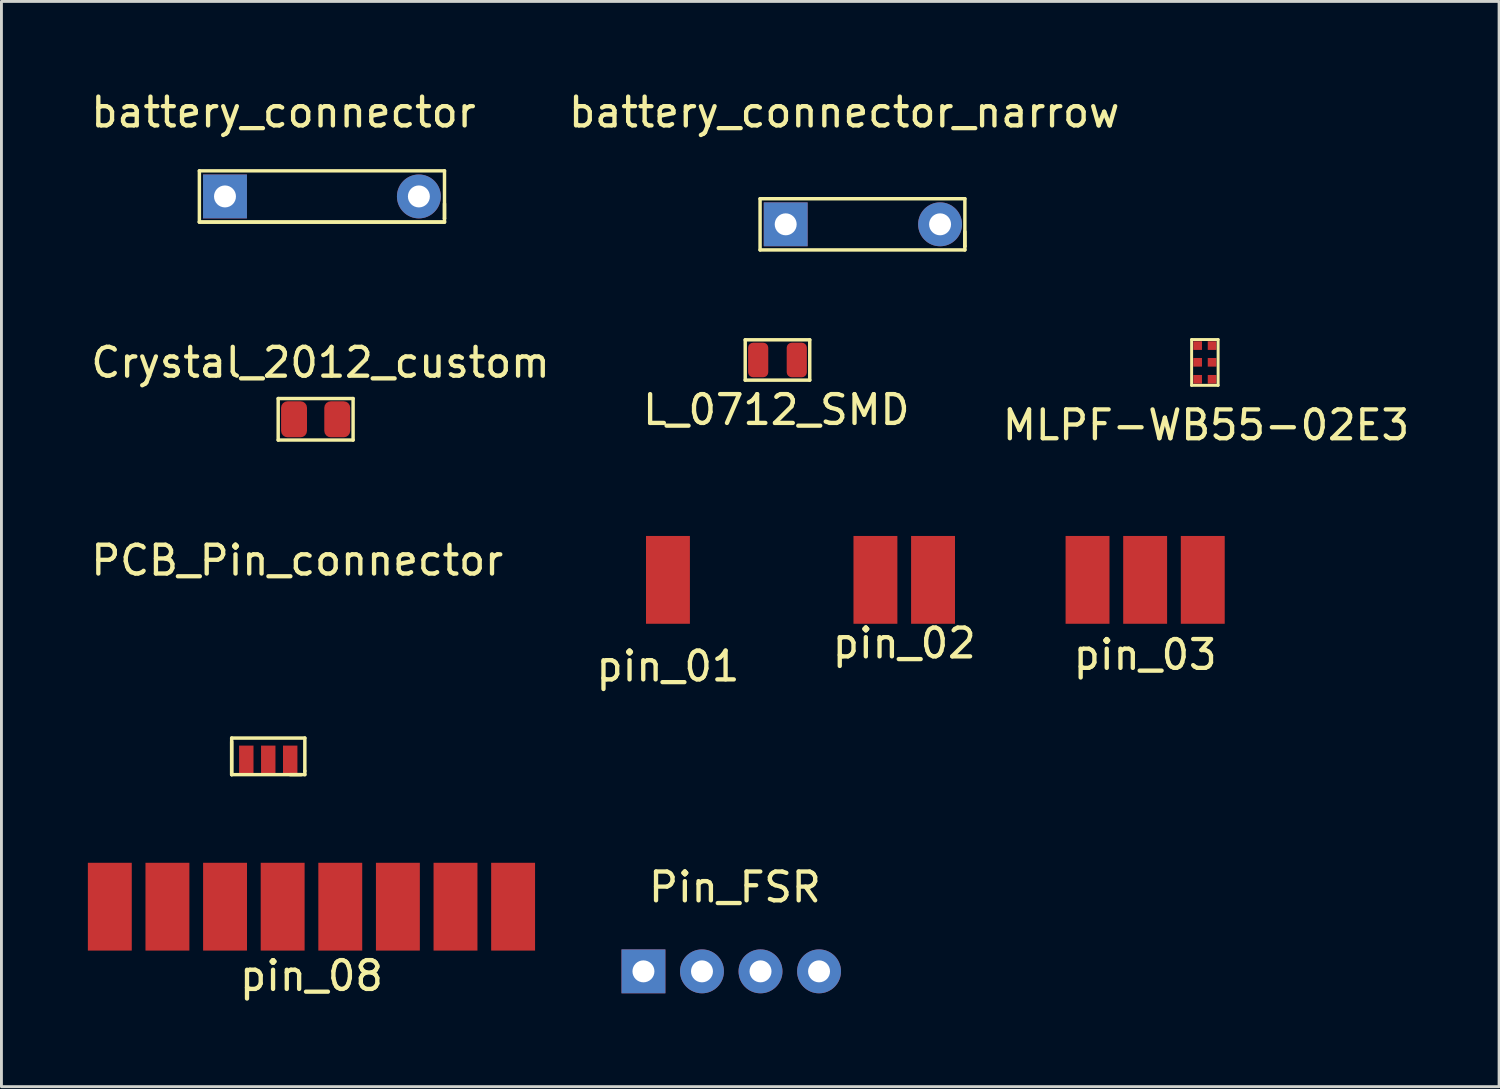
<source format=kicad_pcb>
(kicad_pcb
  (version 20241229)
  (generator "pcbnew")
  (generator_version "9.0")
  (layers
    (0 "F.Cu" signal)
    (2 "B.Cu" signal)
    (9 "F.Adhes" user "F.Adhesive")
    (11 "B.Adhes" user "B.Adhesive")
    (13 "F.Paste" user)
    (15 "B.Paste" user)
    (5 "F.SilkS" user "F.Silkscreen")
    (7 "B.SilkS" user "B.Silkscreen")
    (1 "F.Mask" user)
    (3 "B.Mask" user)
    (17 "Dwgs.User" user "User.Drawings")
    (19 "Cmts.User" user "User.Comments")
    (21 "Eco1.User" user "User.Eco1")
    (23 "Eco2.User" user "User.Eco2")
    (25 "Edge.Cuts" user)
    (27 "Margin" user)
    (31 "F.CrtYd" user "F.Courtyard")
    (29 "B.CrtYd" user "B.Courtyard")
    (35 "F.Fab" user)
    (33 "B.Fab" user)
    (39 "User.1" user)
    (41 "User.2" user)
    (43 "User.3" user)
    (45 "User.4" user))
  (footprint "L_0712_SMD"
    (layer "F.Cu")
    (at 23.939 9.446)
    (property "Reference" "L_0712_SMD" (at -0.04 1.73 0) (layer "F.SilkS") (effects (font (size 1 1) (thickness 0.15))))
    (attr through_hole)
    (fp_line (start -1.12 -0.7) (end -1.12 0.7) (stroke (width 0.12) (type solid)) (layer "F.SilkS"))
    (fp_line (start -1.12 0.7) (end 1.12 0.7) (stroke (width 0.12) (type solid)) (layer "F.SilkS"))
    (fp_line (start 1.12 -0.7) (end -1.12 -0.7) (stroke (width 0.12) (type solid)) (layer "F.SilkS"))
    (fp_line (start 1.12 0.7) (end 1.12 -0.7) (stroke (width 0.12) (type solid)) (layer "F.SilkS"))
    (pad "1" smd roundrect (at -0.67 0) (size 0.7 1.2) (layers "F.Cu" "F.Mask" "F.Paste") (roundrect_rratio 0.25))
    (pad "2" smd roundrect (at 0.67 0) (size 0.7 1.2) (layers "F.Cu" "F.Mask" "F.Paste") (roundrect_rratio 0.25)))
  (footprint "pin_01"
    (layer "F.Cu")
    (at 20.137 17.079)
    (property "Reference" "pin_01" (at 0 3 0) (layer "F.SilkS") (effects (font (size 1 1) (thickness 0.15))))
    (attr through_hole)
    (pad "1" connect rect (at 0 0) (size 1.524 3.048) (layers "F.Cu" "F.Mask")))
  (footprint "pin_03"
    (layer "F.Cu")
    (at 36.702 17.079)
    (property "Reference" "pin_03" (at 0 2.6 0) (layer "F.SilkS") (effects (font (size 1 1) (thickness 0.15))))
    (attr through_hole)
    (pad "1" connect rect (at -2 0) (size 1.524 3.048) (layers "F.Cu" "F.Mask"))
    (pad "2" connect rect (at 0 0) (size 1.524 3.048) (layers "F.Cu" "F.Mask"))
    (pad "3" connect rect (at 2 0) (size 1.524 3.048) (layers "F.Cu" "F.Mask")))
  (footprint "battery_connector"
    (layer "F.Cu")
    (at 6.919 2.88)
    (property "Reference" "battery_connector" (at -0.127 -2.032 0) (layer "F.SilkS") (effects (font (size 1 1) (thickness 0.15))))
    (attr through_hole)
    (fp_line (start -3.048 0) (end -3.048 1.778) (stroke (width 0.12) (type solid)) (layer "F.SilkS"))
    (fp_line (start -3.048 0) (end 5.461 0) (stroke (width 0.12) (type solid)) (layer "F.SilkS"))
    (fp_line (start -3.048 1.778) (end 5.461 1.778) (stroke (width 0.12) (type solid)) (layer "F.SilkS"))
    (fp_line (start 5.461 0) (end 5.461 1.651) (stroke (width 0.12) (type solid)) (layer "F.SilkS"))
    (fp_line (start 5.461 1.651) (end 5.461 1.143) (stroke (width 0.12) (type solid)) (layer "F.SilkS"))
    (fp_line (start 5.461 1.778) (end -3.048 1.778) (stroke (width 0.12) (type solid)) (layer "F.SilkS"))
    (fp_line (start 5.461 1.778) (end 5.461 1.651) (stroke (width 0.12) (type solid)) (layer "F.SilkS"))
    (pad "1" thru_hole rect (at -2.159 0.889) (size 1.524 1.524) (drill 0.762) (layers "*.Cu" "*.Mask"))
    (pad "2" thru_hole circle (at 4.572 0.889) (size 1.524 1.524) (drill 0.762) (layers "*.Cu" "*.Mask")))
  (footprint "Pin_FSR"
    (layer "F.Cu")
    (at 21.445 29.907)
    (property "Reference" "Pin_FSR" (at 1.016 -2.159 0) (layer "F.SilkS") (effects (font (size 1 1) (thickness 0.15))))
    (attr through_hole)
    (pad "1" thru_hole rect (at -2.159 0.762) (size 1.524 1.524) (drill 0.762) (layers "*.Cu" "*.Mask"))
    (pad "2" thru_hole oval (at -0.127 0.762) (size 1.524 1.524) (drill 0.762) (layers "*.Cu" "*.Mask"))
    (pad "3" thru_hole oval (at 1.905 0.762) (size 1.524 1.524) (drill 0.762) (layers "*.Cu" "*.Mask"))
    (pad "4" thru_hole oval (at 3.937 0.762) (size 1.524 1.524) (drill 0.762) (layers "*.Cu" "*.Mask")))
  (footprint "pin_08"
    (layer "F.Cu")
    (at 7.762 28.424)
    (property "Reference" "pin_08" (at 0 2.4 0) (layer "F.SilkS") (effects (font (size 1 1) (thickness 0.15))))
    (attr through_hole)
    (pad "1" connect rect (at -7 0) (size 1.524 3.048) (layers "F.Cu" "F.Mask"))
    (pad "2" connect rect (at -5 0) (size 1.524 3.048) (layers "F.Cu" "F.Mask"))
    (pad "3" connect rect (at -3 0) (size 1.524 3.048) (layers "F.Cu" "F.Mask"))
    (pad "4" connect rect (at -1 0) (size 1.524 3.048) (layers "F.Cu" "F.Mask"))
    (pad "5" connect rect (at 1 0) (size 1.524 3.048) (layers "F.Cu" "F.Mask"))
    (pad "6" connect rect (at 3 0) (size 1.524 3.048) (layers "F.Cu" "F.Mask"))
    (pad "7" connect rect (at 5 0) (size 1.524 3.048) (layers "F.Cu" "F.Mask"))
    (pad "8" connect rect (at 7 0) (size 1.524 3.048) (layers "F.Cu" "F.Mask")))
  (footprint "Crystal_2012_custom"
    (layer "F.Cu")
    (at 7.907 11.485)
    (property "Reference" "Crystal_2012_custom" (at 0.17 -1.95 0) (layer "F.SilkS") (effects (font (size 1 1) (thickness 0.15))))
    (attr through_hole)
    (fp_line (start -1.3 -0.7) (end -1.3 0.74) (stroke (width 0.12) (type solid)) (layer "F.SilkS"))
    (fp_line (start -1.3 0.74) (end 1.3 0.74) (stroke (width 0.12) (type solid)) (layer "F.SilkS"))
    (fp_line (start 1.3 -0.7) (end -1.3 -0.7) (stroke (width 0.12) (type solid)) (layer "F.SilkS"))
    (fp_line (start 1.3 0.74) (end 1.3 -0.7) (stroke (width 0.12) (type solid)) (layer "F.SilkS"))
    (pad "1" smd roundrect (at -0.75 0.02) (size 0.9 1.25) (layers "F.Cu" "F.Mask" "F.Paste") (roundrect_rratio 0.25))
    (pad "2" smd roundrect (at 0.75 0.02) (size 0.9 1.25) (layers "F.Cu" "F.Mask" "F.Paste") (roundrect_rratio 0.25)))
  (footprint "pin_02"
    (layer "F.Cu")
    (at 28.339 17.079)
    (property "Reference" "pin_02" (at 0 2.2 0) (layer "F.SilkS") (effects (font (size 1 1) (thickness 0.15))))
    (attr through_hole)
    (pad "1" connect rect (at -1 0) (size 1.524 3.048) (layers "F.Cu" "F.Mask"))
    (pad "2" connect rect (at 1 0) (size 1.524 3.048) (layers "F.Cu" "F.Mask")))
  (footprint "MLPF-WB55-02E3"
    (layer "F.Cu")
    (at 38.775 9.537)
    (property "Reference" "MLPF-WB55-02E3" (at 0.04 2.17 180) (layer "F.SilkS") (effects (font (size 1 1) (thickness 0.15))))
    (attr through_hole)
    (fp_line (start -0.46 -0.8) (end -0.46 0.79) (stroke (width 0.102) (type solid)) (layer "F.SilkS"))
    (fp_line (start -0.46 -0.8) (end 0.46 -0.8) (stroke (width 0.102) (type solid)) (layer "F.SilkS"))
    (fp_line (start -0.46 0.79) (end 0.46 0.79) (stroke (width 0.102) (type solid)) (layer "F.SilkS"))
    (fp_line (start 0.46 -0.8) (end 0.46 0.79) (stroke (width 0.102) (type solid)) (layer "F.SilkS"))
    (pad "1" smd rect (at -0.25 -0.59) (size 0.3 0.3) (layers "F.Cu" "F.Mask" "F.Paste"))
    (pad "2" smd rect (at -0.25 -0.01) (size 0.3 0.3) (layers "F.Cu" "F.Mask" "F.Paste"))
    (pad "3" smd rect (at -0.25 0.58) (size 0.3 0.3) (layers "F.Cu" "F.Mask" "F.Paste"))
    (pad "4" smd rect (at 0.25 -0.59) (size 0.3 0.3) (layers "F.Cu" "F.Mask" "F.Paste"))
    (pad "5" smd rect (at 0.25 -0.01) (size 0.3 0.3) (layers "F.Cu" "F.Mask" "F.Paste"))
    (pad "6" smd rect (at 0.25 0.58) (size 0.3 0.3) (layers "F.Cu" "F.Mask" "F.Paste")))
  (footprint "PCB_Pin_connector"
    (layer "F.Cu")
    (at 7.278 22.824)
    (property "Reference" "PCB_Pin_connector" (at -0.01 -6.42 0) (layer "F.SilkS") (effects (font (size 1 1) (thickness 0.15))))
    (attr through_hole)
    (fp_line (start -2.286 -0.254) (end 0.254 -0.254) (stroke (width 0.12) (type solid)) (layer "F.SilkS"))
    (fp_line (start -2.286 1.016) (end -2.286 -0.254) (stroke (width 0.12) (type solid)) (layer "F.SilkS"))
    (fp_line (start -2.286 1.016) (end -2.286 -0.127) (stroke (width 0.12) (type solid)) (layer "F.SilkS"))
    (fp_line (start 0.127 1.016) (end -2.286 1.016) (stroke (width 0.12) (type solid)) (layer "F.SilkS"))
    (fp_line (start 0.254 -0.254) (end 0.254 0.889) (stroke (width 0.12) (type solid)) (layer "F.SilkS"))
    (fp_line (start 0.254 0.889) (end 0.254 1.016) (stroke (width 0.12) (type solid)) (layer "F.SilkS"))
    (fp_line (start 0.254 1.016) (end -0.254 1.016) (stroke (width 0.12) (type solid)) (layer "F.SilkS"))
    (pad "1" connect rect (at -1.778 0.508) (size 0.5 1) (layers "F.Cu" "F.Mask"))
    (pad "2" smd rect (at -1.016 0.508) (size 0.5 1) (layers "F.Cu" "F.Mask" "F.Paste"))
    (pad "3" smd rect (at -0.254 0.508) (size 0.5 1) (layers "F.Cu" "F.Mask" "F.Paste")))
  (footprint "battery_connector_narrow"
    (layer "F.Cu")
    (at 26.383 3.848)
    (property "Reference" "battery_connector_narrow" (at -0.127 -3 180) (layer "F.SilkS") (effects (font (size 1 1) (thickness 0.15))))
    (attr through_hole)
    (fp_line (start -3.048 0) (end -3.048 1.778) (stroke (width 0.12) (type solid)) (layer "F.SilkS"))
    (fp_line (start -3.048 0) (end 4.061 0) (stroke (width 0.12) (type solid)) (layer "F.SilkS"))
    (fp_line (start -3.048 1.778) (end 4.061 1.778) (stroke (width 0.12) (type solid)) (layer "F.SilkS"))
    (fp_line (start 4.061 0) (end 4.061 1.651) (stroke (width 0.12) (type solid)) (layer "F.SilkS"))
    (fp_line (start 4.061 1.651) (end 4.061 1.143) (stroke (width 0.12) (type solid)) (layer "F.SilkS"))
    (fp_line (start 4.061 1.778) (end 4.061 1.651) (stroke (width 0.12) (type solid)) (layer "F.SilkS"))
    (pad "1" thru_hole rect (at -2.159 0.889) (size 1.524 1.524) (drill 0.762) (layers "*.Cu" "*.Mask"))
    (pad "2" thru_hole circle (at 3.2 0.889) (size 1.524 1.524) (drill 0.762) (layers "*.Cu" "*.Mask")))
  (gr_rect
    (start -3 -3)
    (end 48.988 34.672)
    (stroke (width 0.1) (type default))
    (fill no)
    (layer "Edge.Cuts")))
</source>
